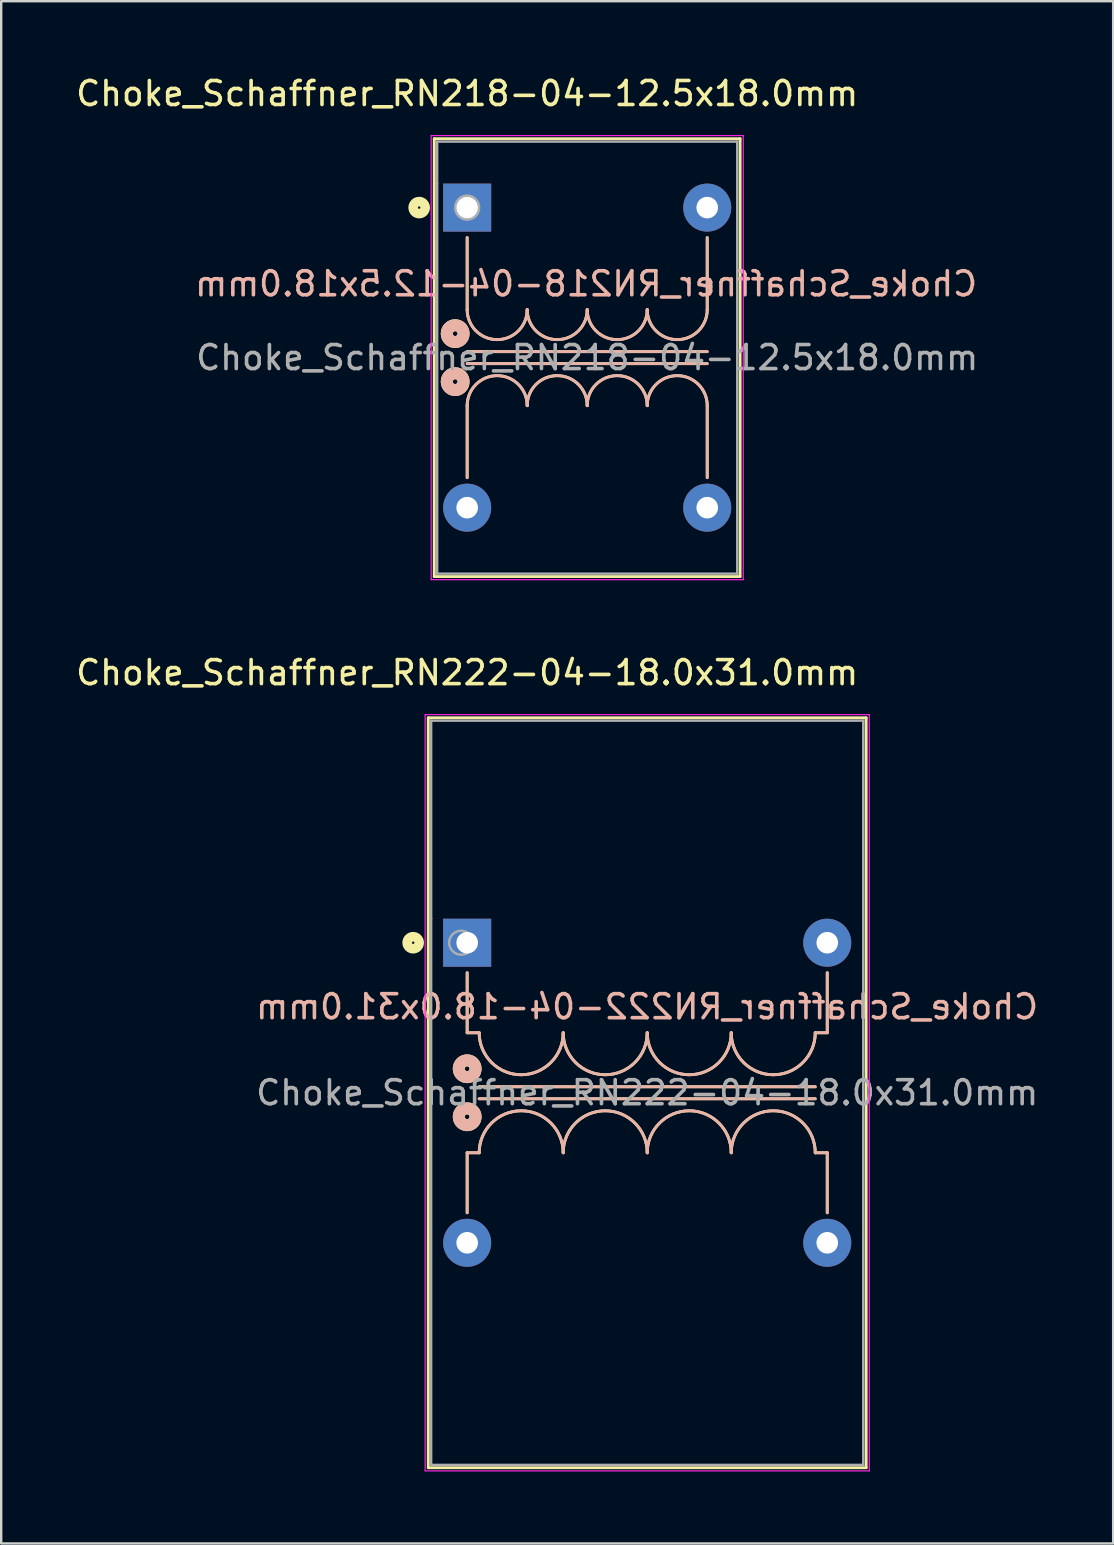
<source format=kicad_pcb>
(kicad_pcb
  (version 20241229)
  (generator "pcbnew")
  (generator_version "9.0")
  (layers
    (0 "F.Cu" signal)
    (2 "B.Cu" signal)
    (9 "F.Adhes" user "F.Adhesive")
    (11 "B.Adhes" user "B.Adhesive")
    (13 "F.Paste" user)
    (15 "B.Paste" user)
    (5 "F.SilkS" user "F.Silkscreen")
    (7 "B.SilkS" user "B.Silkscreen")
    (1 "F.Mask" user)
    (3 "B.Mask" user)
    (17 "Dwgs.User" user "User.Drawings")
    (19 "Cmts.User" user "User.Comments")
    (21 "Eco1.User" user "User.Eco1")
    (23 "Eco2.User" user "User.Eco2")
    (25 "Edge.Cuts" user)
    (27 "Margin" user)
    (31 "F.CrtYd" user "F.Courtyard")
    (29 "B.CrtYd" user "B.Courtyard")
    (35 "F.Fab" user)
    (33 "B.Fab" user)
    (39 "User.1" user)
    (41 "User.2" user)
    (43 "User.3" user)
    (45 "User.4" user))
  (footprint "Choke_Schaffner_RN218-04-12.5x18.0mm"
    (layer "F.Cu")
    (at 16.411 5.598)
    (property "Reference" "Choke_Schaffner_RN218-04-12.5x18.0mm" (at 0 -4.75 0) (layer "F.SilkS") (effects (font (size 1 1) (thickness 0.15))))
    (fp_line (start -1.37 -2.87) (end 11.37 -2.87) (stroke (width 0.12) (type solid)) (layer "F.SilkS"))
    (fp_line (start -1.37 15.37) (end -1.37 -2.87) (stroke (width 0.12) (type solid)) (layer "F.SilkS"))
    (fp_line (start 0 4.25) (end 0 1.25) (stroke (width 0.12) (type solid)) (layer "F.SilkS"))
    (fp_line (start 0 6.5) (end 10 6.5) (stroke (width 0.12) (type solid)) (layer "F.SilkS"))
    (fp_line (start 0 8.25) (end 0 11.25) (stroke (width 0.12) (type solid)) (layer "F.SilkS"))
    (fp_line (start 10 4.25) (end 10 1.25) (stroke (width 0.12) (type solid)) (layer "F.SilkS"))
    (fp_line (start 10 6) (end 0 6) (stroke (width 0.12) (type solid)) (layer "F.SilkS"))
    (fp_line (start 10 8.25) (end 10 11.25) (stroke (width 0.12) (type solid)) (layer "F.SilkS"))
    (fp_line (start 11.37 -2.87) (end 11.37 15.37) (stroke (width 0.12) (type solid)) (layer "F.SilkS"))
    (fp_line (start 11.37 15.37) (end -1.37 15.37) (stroke (width 0.12) (type solid)) (layer "F.SilkS"))
    (fp_arc (start 0 8.25) (mid 1.25 7) (end 2.5 8.25) (stroke (width 0.12) (type solid)) (layer "F.SilkS"))
    (fp_arc (start 2.5 4.25) (mid 1.25 5.5) (end 0 4.25) (stroke (width 0.12) (type solid)) (layer "F.SilkS"))
    (fp_arc (start 2.5 8.25) (mid 3.75 7) (end 5 8.25) (stroke (width 0.12) (type solid)) (layer "F.SilkS"))
    (fp_arc (start 5 4.25) (mid 3.75 5.5) (end 2.5 4.25) (stroke (width 0.12) (type solid)) (layer "F.SilkS"))
    (fp_arc (start 5 8.25) (mid 6.25 7) (end 7.5 8.25) (stroke (width 0.12) (type solid)) (layer "F.SilkS"))
    (fp_arc (start 7.5 4.25) (mid 6.25 5.5) (end 5 4.25) (stroke (width 0.12) (type solid)) (layer "F.SilkS"))
    (fp_arc (start 7.5 8.25) (mid 8.75 7) (end 10 8.25) (stroke (width 0.12) (type solid)) (layer "F.SilkS"))
    (fp_arc (start 10 4.25) (mid 8.75 5.5) (end 7.5 4.25) (stroke (width 0.12) (type solid)) (layer "F.SilkS"))
    (fp_circle (center -2 0) (end -1.95 0) (stroke (width 0.4) (type solid)) (fill no) (layer "F.SilkS"))
    (fp_circle (center -0.5 5.25) (end -0.4 5.25) (stroke (width 0.5) (type solid)) (fill no) (layer "F.SilkS"))
    (fp_circle (center -0.5 7.25) (end -0.4 7.25) (stroke (width 0.5) (type solid)) (fill no) (layer "F.SilkS"))
    (fp_line (start 0 4.25) (end 0 1.25) (stroke (width 0.12) (type solid)) (layer "B.SilkS"))
    (fp_line (start 0 6) (end 10 6) (stroke (width 0.12) (type solid)) (layer "B.SilkS"))
    (fp_line (start 0 8.25) (end 0 11.25) (stroke (width 0.12) (type solid)) (layer "B.SilkS"))
    (fp_line (start 10 4.25) (end 10 1.25) (stroke (width 0.12) (type solid)) (layer "B.SilkS"))
    (fp_line (start 10 6.5) (end 0 6.5) (stroke (width 0.12) (type solid)) (layer "B.SilkS"))
    (fp_line (start 10 8.25) (end 10 11.25) (stroke (width 0.12) (type solid)) (layer "B.SilkS"))
    (fp_arc (start 0 8.25) (mid 1.25 7) (end 2.5 8.25) (stroke (width 0.12) (type solid)) (layer "B.SilkS"))
    (fp_arc (start 2.5 4.25) (mid 1.25 5.5) (end 0 4.25) (stroke (width 0.12) (type solid)) (layer "B.SilkS"))
    (fp_arc (start 2.5 8.25) (mid 3.75 7) (end 5 8.25) (stroke (width 0.12) (type solid)) (layer "B.SilkS"))
    (fp_arc (start 5 4.25) (mid 3.75 5.5) (end 2.5 4.25) (stroke (width 0.12) (type solid)) (layer "B.SilkS"))
    (fp_arc (start 5 8.25) (mid 6.25 7) (end 7.5 8.25) (stroke (width 0.12) (type solid)) (layer "B.SilkS"))
    (fp_arc (start 7.5 4.25) (mid 6.25 5.5) (end 5 4.25) (stroke (width 0.12) (type solid)) (layer "B.SilkS"))
    (fp_arc (start 7.5 8.25) (mid 8.75 7) (end 10 8.25) (stroke (width 0.12) (type solid)) (layer "B.SilkS"))
    (fp_arc (start 10 4.25) (mid 8.75 5.5) (end 7.5 4.25) (stroke (width 0.12) (type solid)) (layer "B.SilkS"))
    (fp_circle (center -0.5 5.25) (end -0.4 5.25) (stroke (width 0.5) (type solid)) (fill no) (layer "B.SilkS"))
    (fp_circle (center -0.5 7.25) (end -0.4 7.25) (stroke (width 0.5) (type solid)) (fill no) (layer "B.SilkS"))
    (fp_line (start -1.5 -3) (end -1.5 15.5) (stroke (width 0.05) (type solid)) (layer "F.CrtYd"))
    (fp_line (start -1.5 15.5) (end 11.5 15.5) (stroke (width 0.05) (type solid)) (layer "F.CrtYd"))
    (fp_line (start 11.5 -3) (end -1.5 -3) (stroke (width 0.05) (type solid)) (layer "F.CrtYd"))
    (fp_line (start 11.5 15.5) (end 11.5 -3) (stroke (width 0.05) (type solid)) (layer "F.CrtYd"))
    (fp_line (start -1.25 -2.75) (end 11.25 -2.75) (stroke (width 0.1) (type solid)) (layer "F.Fab"))
    (fp_line (start -1.25 -1) (end -1.25 -2.75) (stroke (width 0.1) (type solid)) (layer "F.Fab"))
    (fp_line (start -1.25 15.25) (end -1.25 -1) (stroke (width 0.1) (type solid)) (layer "F.Fab"))
    (fp_line (start 11.25 -2.75) (end 11.25 15.25) (stroke (width 0.1) (type solid)) (layer "F.Fab"))
    (fp_line (start 11.25 15.25) (end -1.25 15.25) (stroke (width 0.1) (type solid)) (layer "F.Fab"))
    (fp_circle (center 0 0) (end 0.5 0) (stroke (width 0.1) (type solid)) (fill no) (layer "F.Fab"))
    (fp_text user "${REFERENCE}" (at 4.953 3.175 0) (layer "B.SilkS") (effects (font (size 1 1) (thickness 0.15)) (justify mirror)))
    (fp_text user "${REFERENCE}" (at 5 6.25 0) (layer "F.Fab") (effects (font (size 1 1) (thickness 0.15))))
    (pad "1" thru_hole rect (at 0 0) (size 2 2) (drill 0.9) (layers "*.Cu" "*.Mask"))
    (pad "2" thru_hole circle (at 10 0) (size 2 2) (drill 0.9) (layers "*.Cu" "*.Mask"))
    (pad "3" thru_hole circle (at 0 12.5) (size 2 2) (drill 0.9) (layers "*.Cu" "*.Mask"))
    (pad "4" thru_hole circle (at 10 12.5) (size 2 2) (drill 0.9) (layers "*.Cu" "*.Mask")))
  (footprint "Choke_Schaffner_RN222-04-18.0x31.0mm"
    (layer "F.Cu")
    (at 16.411 36.221)
    (property "Reference" "Choke_Schaffner_RN222-04-18.0x31.0mm" (at 0 -11.25 0) (layer "F.SilkS") (effects (font (size 1 1) (thickness 0.15))))
    (fp_line (start -1.62 -9.37) (end 16.62 -9.37) (stroke (width 0.12) (type solid)) (layer "F.SilkS"))
    (fp_line (start -1.62 21.87) (end -1.62 -9.37) (stroke (width 0.12) (type solid)) (layer "F.SilkS"))
    (fp_line (start 0 3.75) (end 0 1.25) (stroke (width 0.12) (type solid)) (layer "F.SilkS"))
    (fp_line (start 0 8.75) (end 0 11.25) (stroke (width 0.12) (type solid)) (layer "F.SilkS"))
    (fp_line (start 0.5 3.75) (end 0 3.75) (stroke (width 0.12) (type solid)) (layer "F.SilkS"))
    (fp_line (start 0.5 6.5) (end 14.5 6.5) (stroke (width 0.12) (type solid)) (layer "F.SilkS"))
    (fp_line (start 0.5 8.75) (end 0 8.75) (stroke (width 0.12) (type solid)) (layer "F.SilkS"))
    (fp_line (start 14.5 3.75) (end 15 3.75) (stroke (width 0.12) (type solid)) (layer "F.SilkS"))
    (fp_line (start 14.5 6) (end 0.5 6) (stroke (width 0.12) (type solid)) (layer "F.SilkS"))
    (fp_line (start 14.5 8.75) (end 15 8.75) (stroke (width 0.12) (type solid)) (layer "F.SilkS"))
    (fp_line (start 15 3.75) (end 15 1.25) (stroke (width 0.12) (type solid)) (layer "F.SilkS"))
    (fp_line (start 15 8.75) (end 15 11.25) (stroke (width 0.12) (type solid)) (layer "F.SilkS"))
    (fp_line (start 16.62 -9.37) (end 16.62 21.87) (stroke (width 0.12) (type solid)) (layer "F.SilkS"))
    (fp_line (start 16.62 21.87) (end -1.62 21.87) (stroke (width 0.12) (type solid)) (layer "F.SilkS"))
    (fp_arc (start 0.5 8.75) (mid 2.25 7) (end 4 8.75) (stroke (width 0.12) (type solid)) (layer "F.SilkS"))
    (fp_arc (start 4 3.75) (mid 2.25 5.5) (end 0.5 3.75) (stroke (width 0.12) (type solid)) (layer "F.SilkS"))
    (fp_arc (start 4 8.75) (mid 5.75 7) (end 7.5 8.75) (stroke (width 0.12) (type solid)) (layer "F.SilkS"))
    (fp_arc (start 7.5 3.75) (mid 5.75 5.5) (end 4 3.75) (stroke (width 0.12) (type solid)) (layer "F.SilkS"))
    (fp_arc (start 7.5 8.75) (mid 9.25 7) (end 11 8.75) (stroke (width 0.12) (type solid)) (layer "F.SilkS"))
    (fp_arc (start 11 3.75) (mid 9.25 5.5) (end 7.5 3.75) (stroke (width 0.12) (type solid)) (layer "F.SilkS"))
    (fp_arc (start 11 8.75) (mid 12.75 7) (end 14.5 8.75) (stroke (width 0.12) (type solid)) (layer "F.SilkS"))
    (fp_arc (start 14.5 3.75) (mid 12.75 5.5) (end 11 3.75) (stroke (width 0.12) (type solid)) (layer "F.SilkS"))
    (fp_circle (center -2.25 0) (end -2.2 0) (stroke (width 0.4) (type solid)) (fill no) (layer "F.SilkS"))
    (fp_circle (center 0 5.25) (end 0.1 5.25) (stroke (width 0.5) (type solid)) (fill no) (layer "F.SilkS"))
    (fp_circle (center 0 7.25) (end 0.1 7.25) (stroke (width 0.5) (type solid)) (fill no) (layer "F.SilkS"))
    (fp_line (start 0 3.75) (end 0 1.25) (stroke (width 0.12) (type solid)) (layer "B.SilkS"))
    (fp_line (start 0 8.75) (end 0 11.25) (stroke (width 0.12) (type solid)) (layer "B.SilkS"))
    (fp_line (start 0.5 3.75) (end 0 3.75) (stroke (width 0.12) (type solid)) (layer "B.SilkS"))
    (fp_line (start 0.5 6) (end 14.5 6) (stroke (width 0.12) (type solid)) (layer "B.SilkS"))
    (fp_line (start 0.5 8.75) (end 0 8.75) (stroke (width 0.12) (type solid)) (layer "B.SilkS"))
    (fp_line (start 14.5 3.75) (end 15 3.75) (stroke (width 0.12) (type solid)) (layer "B.SilkS"))
    (fp_line (start 14.5 6.5) (end 0.5 6.5) (stroke (width 0.12) (type solid)) (layer "B.SilkS"))
    (fp_line (start 14.5 8.75) (end 15 8.75) (stroke (width 0.12) (type solid)) (layer "B.SilkS"))
    (fp_line (start 15 3.75) (end 15 1.25) (stroke (width 0.12) (type solid)) (layer "B.SilkS"))
    (fp_line (start 15 8.75) (end 15 11.25) (stroke (width 0.12) (type solid)) (layer "B.SilkS"))
    (fp_arc (start 0.5 8.75) (mid 2.25 7) (end 4 8.75) (stroke (width 0.12) (type solid)) (layer "B.SilkS"))
    (fp_arc (start 4 3.75) (mid 2.25 5.5) (end 0.5 3.75) (stroke (width 0.12) (type solid)) (layer "B.SilkS"))
    (fp_arc (start 4 8.75) (mid 5.75 7) (end 7.5 8.75) (stroke (width 0.12) (type solid)) (layer "B.SilkS"))
    (fp_arc (start 7.5 3.75) (mid 5.75 5.5) (end 4 3.75) (stroke (width 0.12) (type solid)) (layer "B.SilkS"))
    (fp_arc (start 7.5 8.75) (mid 9.25 7) (end 11 8.75) (stroke (width 0.12) (type solid)) (layer "B.SilkS"))
    (fp_arc (start 11 3.75) (mid 9.25 5.5) (end 7.5 3.75) (stroke (width 0.12) (type solid)) (layer "B.SilkS"))
    (fp_arc (start 11 8.75) (mid 12.75 7) (end 14.5 8.75) (stroke (width 0.12) (type solid)) (layer "B.SilkS"))
    (fp_arc (start 14.5 3.75) (mid 12.75 5.5) (end 11 3.75) (stroke (width 0.12) (type solid)) (layer "B.SilkS"))
    (fp_circle (center 0 5.25) (end 0.1 5.25) (stroke (width 0.5) (type solid)) (fill no) (layer "B.SilkS"))
    (fp_circle (center 0 7.25) (end 0.1 7.25) (stroke (width 0.5) (type solid)) (fill no) (layer "B.SilkS"))
    (fp_line (start -1.75 -9.5) (end -1.75 22) (stroke (width 0.05) (type solid)) (layer "F.CrtYd"))
    (fp_line (start -1.75 22) (end 16.75 22) (stroke (width 0.05) (type solid)) (layer "F.CrtYd"))
    (fp_line (start 16.75 -9.5) (end -1.75 -9.5) (stroke (width 0.05) (type solid)) (layer "F.CrtYd"))
    (fp_line (start 16.75 22) (end 16.75 -9.5) (stroke (width 0.05) (type solid)) (layer "F.CrtYd"))
    (fp_line (start -1.5 -9.25) (end 16.5 -9.25) (stroke (width 0.1) (type solid)) (layer "F.Fab"))
    (fp_line (start -1.5 -1) (end -1.5 -9.25) (stroke (width 0.1) (type solid)) (layer "F.Fab"))
    (fp_line (start -1.5 21.75) (end -1.5 -1) (stroke (width 0.1) (type solid)) (layer "F.Fab"))
    (fp_line (start 16.5 -9.25) (end 16.5 21.75) (stroke (width 0.1) (type solid)) (layer "F.Fab"))
    (fp_line (start 16.5 21.75) (end -1.5 21.75) (stroke (width 0.1) (type solid)) (layer "F.Fab"))
    (fp_circle (center -0.25 0) (end 0.25 0) (stroke (width 0.1) (type solid)) (fill no) (layer "F.Fab"))
    (fp_text user "${REFERENCE}" (at 7.493 2.667 0) (layer "B.SilkS") (effects (font (size 1 1) (thickness 0.15)) (justify mirror)))
    (fp_text user "${REFERENCE}" (at 7.5 6.25 0) (layer "F.Fab") (effects (font (size 1 1) (thickness 0.15))))
    (pad "1" thru_hole rect (at 0 0) (size 2 2) (drill 0.9) (layers "*.Cu" "*.Mask"))
    (pad "2" thru_hole circle (at 15 0) (size 2 2) (drill 0.9) (layers "*.Cu" "*.Mask"))
    (pad "3" thru_hole circle (at 0 12.5) (size 2 2) (drill 0.9) (layers "*.Cu" "*.Mask"))
    (pad "4" thru_hole circle (at 15 12.5) (size 2 2) (drill 0.9) (layers "*.Cu" "*.Mask")))
  (gr_rect
    (start -3 -3)
    (end 43.321 61.246)
    (stroke (width 0.1) (type default))
    (fill no)
    (layer "Edge.Cuts")))
</source>
